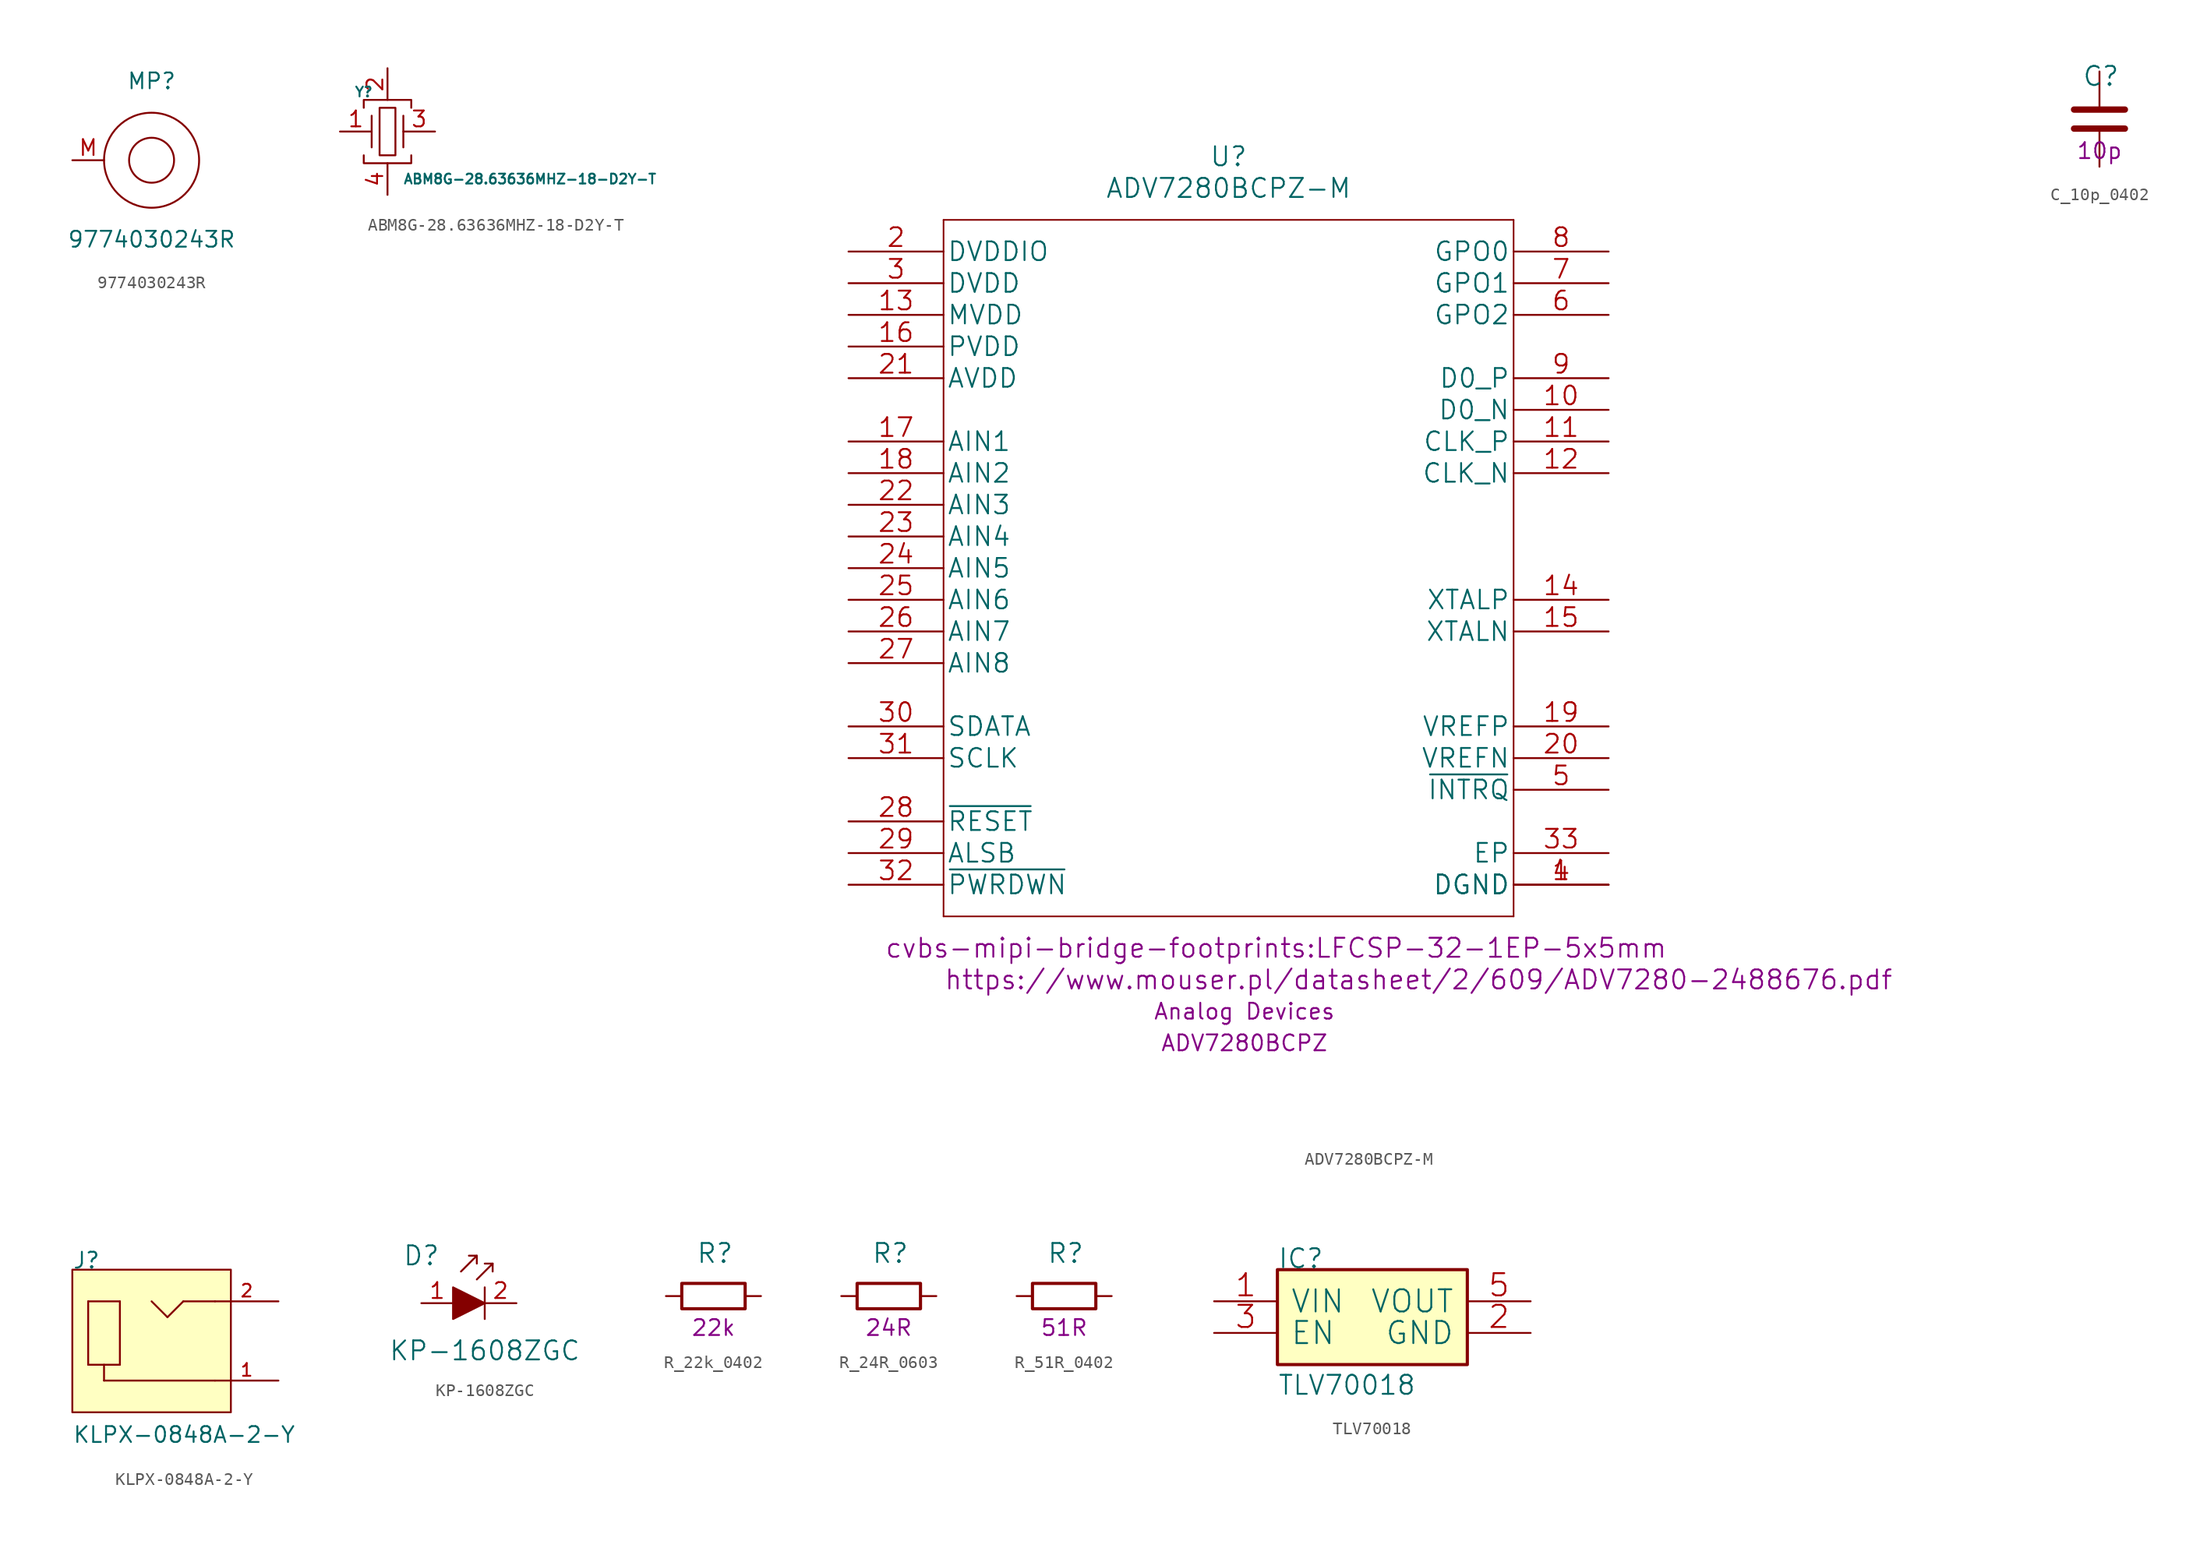
<source format=kicad_sym>
(kicad_symbol_lib
  (version 20211014)
  (generator kicad_symbol_editor)
  (symbol "9774030243R"
    (pin_names
      (offset 1.016))
    (property "Reference" "MP"
      (at 0 6.35 0)
      (effects (font (size 1.27 1.27))))
    (property "Value" "9774030243R"
      (at 0 -6.35 0)
      (effects (font (size 1.27 1.27))))
    (symbol "9774030243R_0_1"
      (circle (center 0 0) (radius 3.81) (stroke (width 0) (type default) (color 0 0 0 0)) (fill (type none)))
      (circle (center 0 0) (radius 1.803) (stroke (width 0) (type default) (color 0 0 0 0)) (fill (type none))))
    (symbol "9774030243R_1_1"
      (pin passive line (at -6.35 0 0) (length 2.54) (name "" (effects (font (size 1.27 1.27)))) (number "M" (effects (font (size 1.27 1.27)))))))
  (symbol "ABM8G-28.63636MHZ-18-D2Y-T"
    (pin_names
      (offset 1.016))
    (property "Reference" "Y"
      (at -1.905 3.175 0)
      (effects (font (size 0.787 0.787))))
    (property "Value" "ABM8G-28.63636MHZ-18-D2Y-T"
      (at 11.43 -3.81 0)
      (effects (font (size 0.787 0.787))))
    (symbol "ABM8G-28.63636MHZ-18-D2Y-T_0_1"
      (rectangle (start -0.635 1.905) (end 0.635 -1.905) (stroke (width 0) (type default) (color 0 0 0 0)) (fill (type none)))
      (polyline (pts (xy -1.27 1.27) (xy -1.27 -1.27)) (stroke (width 0) (type default) (color 0 0 0 0)) (fill (type none)))
      (polyline (pts (xy 1.27 1.27) (xy 1.27 -1.27)) (stroke (width 0) (type default) (color 0 0 0 0)) (fill (type none)))
      (polyline (pts (xy -1.905 -1.905) (xy -1.905 -2.54) (xy 1.905 -2.54) (xy 1.905 -1.905)) (stroke (width 0) (type default) (color 0 0 0 0)) (fill (type none)))
      (polyline (pts (xy -1.905 1.905) (xy -1.905 2.54) (xy 1.905 2.54) (xy 1.905 1.905)) (stroke (width 0) (type default) (color 0 0 0 0)) (fill (type none))))
    (symbol "ABM8G-28.63636MHZ-18-D2Y-T_1_1"
      (pin output line (at -3.81 0 0) (length 2.54) (name "~" (effects (font (size 1.27 1.27)))) (number "1" (effects (font (size 1.27 1.27)))))
      (pin power_in line (at 0 5.08 270) (length 2.54) (name "~" (effects (font (size 1.27 1.27)))) (number "2" (effects (font (size 1.27 1.27)))))
      (pin output line (at 3.81 0 180) (length 2.54) (name "~" (effects (font (size 1.27 1.27)))) (number "3" (effects (font (size 1.27 1.27)))))
      (pin power_in line (at 0 -5.08 90) (length 2.54) (name "~" (effects (font (size 1.27 1.27)))) (number "4" (effects (font (size 1.27 1.27)))))))
  (symbol "ADV7280BCPZ-M"
    (pin_names
      (offset 0.254))
    (property "Reference" "U"
      (at 0 33.02 0)
      (effects (font (size 1.524 1.524))))
    (property "Value" "ADV7280BCPZ-M"
      (at 0 30.48 0)
      (effects (font (size 1.524 1.524))))
    (property "Footprint" "cvbs-mipi-bridge-footprints:LFCSP-32-1EP-5x5mm"
      (at 3.81 -30.48 0)
      (effects (font (size 1.524 1.524))))
    (property "Datasheet" "https://www.mouser.pl/datasheet/2/609/ADV7280-2488676.pdf"
      (at 15.24 -33.02 0)
      (effects (font (size 1.524 1.524))))
    (property "Manufacturer" "Analog Devices"
      (at 1.27 -35.56 0)
      (effects (font (size 1.27 1.27))))
    (property "MPN" "ADV7280BCPZ"
      (at 1.27 -38.1 0)
      (effects (font (size 1.27 1.27))))
    (symbol "ADV7280BCPZ-M_1_1"
      (polyline (pts (xy -22.86 -27.94) (xy 22.86 -27.94)) (stroke (width 0.127) (type default) (color 0 0 0 0)) (fill (type none)))
      (polyline (pts (xy -22.86 27.94) (xy -22.86 -27.94)) (stroke (width 0.127) (type default) (color 0 0 0 0)) (fill (type none)))
      (polyline (pts (xy 22.86 -27.94) (xy 22.86 27.94)) (stroke (width 0.127) (type default) (color 0 0 0 0)) (fill (type none)))
      (polyline (pts (xy 22.86 27.94) (xy -22.86 27.94)) (stroke (width 0.127) (type default) (color 0 0 0 0)) (fill (type none)))
      (pin unspecified line (at 30.48 -25.4 180) (length 7.62) (name "DGND" (effects (font (size 1.499 1.499)))) (number "1" (effects (font (size 1.499 1.499)))))
      (pin unspecified line (at 30.48 12.7 180) (length 7.62) (name "D0_N" (effects (font (size 1.499 1.499)))) (number "10" (effects (font (size 1.499 1.499)))))
      (pin unspecified line (at 30.48 10.16 180) (length 7.62) (name "CLK_P" (effects (font (size 1.499 1.499)))) (number "11" (effects (font (size 1.499 1.499)))))
      (pin unspecified line (at 30.48 7.62 180) (length 7.62) (name "CLK_N" (effects (font (size 1.499 1.499)))) (number "12" (effects (font (size 1.499 1.499)))))
      (pin unspecified line (at -30.48 20.32 0) (length 7.62) (name "MVDD" (effects (font (size 1.499 1.499)))) (number "13" (effects (font (size 1.499 1.499)))))
      (pin unspecified line (at 30.48 -2.54 180) (length 7.62) (name "XTALP" (effects (font (size 1.499 1.499)))) (number "14" (effects (font (size 1.499 1.499)))))
      (pin unspecified line (at 30.48 -5.08 180) (length 7.62) (name "XTALN" (effects (font (size 1.499 1.499)))) (number "15" (effects (font (size 1.499 1.499)))))
      (pin unspecified line (at -30.48 17.78 0) (length 7.62) (name "PVDD" (effects (font (size 1.499 1.499)))) (number "16" (effects (font (size 1.499 1.499)))))
      (pin unspecified line (at -30.48 10.16 0) (length 7.62) (name "AIN1" (effects (font (size 1.499 1.499)))) (number "17" (effects (font (size 1.499 1.499)))))
      (pin unspecified line (at -30.48 7.62 0) (length 7.62) (name "AIN2" (effects (font (size 1.499 1.499)))) (number "18" (effects (font (size 1.499 1.499)))))
      (pin unspecified line (at 30.48 -12.7 180) (length 7.62) (name "VREFP" (effects (font (size 1.499 1.499)))) (number "19" (effects (font (size 1.499 1.499)))))
      (pin unspecified line (at -30.48 25.4 0) (length 7.62) (name "DVDDIO" (effects (font (size 1.499 1.499)))) (number "2" (effects (font (size 1.499 1.499)))))
      (pin unspecified line (at 30.48 -15.24 180) (length 7.62) (name "VREFN" (effects (font (size 1.499 1.499)))) (number "20" (effects (font (size 1.499 1.499)))))
      (pin unspecified line (at -30.48 15.24 0) (length 7.62) (name "AVDD" (effects (font (size 1.499 1.499)))) (number "21" (effects (font (size 1.499 1.499)))))
      (pin unspecified line (at -30.48 5.08 0) (length 7.62) (name "AIN3" (effects (font (size 1.499 1.499)))) (number "22" (effects (font (size 1.499 1.499)))))
      (pin unspecified line (at -30.48 2.54 0) (length 7.62) (name "AIN4" (effects (font (size 1.499 1.499)))) (number "23" (effects (font (size 1.499 1.499)))))
      (pin unspecified line (at -30.48 0 0) (length 7.62) (name "AIN5" (effects (font (size 1.499 1.499)))) (number "24" (effects (font (size 1.499 1.499)))))
      (pin unspecified line (at -30.48 -2.54 0) (length 7.62) (name "AIN6" (effects (font (size 1.499 1.499)))) (number "25" (effects (font (size 1.499 1.499)))))
      (pin unspecified line (at -30.48 -5.08 0) (length 7.62) (name "AIN7" (effects (font (size 1.499 1.499)))) (number "26" (effects (font (size 1.499 1.499)))))
      (pin unspecified line (at -30.48 -7.62 0) (length 7.62) (name "AIN8" (effects (font (size 1.499 1.499)))) (number "27" (effects (font (size 1.499 1.499)))))
      (pin unspecified line (at -30.48 -20.32 0) (length 7.62) (name "~{RESET}" (effects (font (size 1.499 1.499)))) (number "28" (effects (font (size 1.499 1.499)))))
      (pin unspecified line (at -30.48 -22.86 0) (length 7.62) (name "ALSB" (effects (font (size 1.499 1.499)))) (number "29" (effects (font (size 1.499 1.499)))))
      (pin unspecified line (at -30.48 22.86 0) (length 7.62) (name "DVDD" (effects (font (size 1.499 1.499)))) (number "3" (effects (font (size 1.499 1.499)))))
      (pin unspecified line (at -30.48 -12.7 0) (length 7.62) (name "SDATA" (effects (font (size 1.499 1.499)))) (number "30" (effects (font (size 1.499 1.499)))))
      (pin unspecified line (at -30.48 -15.24 0) (length 7.62) (name "SCLK" (effects (font (size 1.499 1.499)))) (number "31" (effects (font (size 1.499 1.499)))))
      (pin unspecified line (at -30.48 -25.4 0) (length 7.62) (name "~{PWRDWN}" (effects (font (size 1.499 1.499)))) (number "32" (effects (font (size 1.499 1.499)))))
      (pin unspecified line (at 30.48 -22.86 180) (length 7.62) (name "EP" (effects (font (size 1.499 1.499)))) (number "33" (effects (font (size 1.499 1.499)))))
      (pin unspecified line (at 30.48 -25.4 180) (length 7.62) (name "DGND" (effects (font (size 1.499 1.499)))) (number "4" (effects (font (size 1.499 1.499)))))
      (pin unspecified line (at 30.48 -17.78 180) (length 7.62) (name "~{INTRQ}" (effects (font (size 1.499 1.499)))) (number "5" (effects (font (size 1.499 1.499)))))
      (pin unspecified line (at 30.48 20.32 180) (length 7.62) (name "GPO2" (effects (font (size 1.499 1.499)))) (number "6" (effects (font (size 1.499 1.499)))))
      (pin unspecified line (at 30.48 22.86 180) (length 7.62) (name "GPO1" (effects (font (size 1.499 1.499)))) (number "7" (effects (font (size 1.499 1.499)))))
      (pin unspecified line (at 30.48 25.4 180) (length 7.62) (name "GPO0" (effects (font (size 1.499 1.499)))) (number "8" (effects (font (size 1.499 1.499)))))
      (pin unspecified line (at 30.48 15.24 180) (length 7.62) (name "D0_P" (effects (font (size 1.499 1.499)))) (number "9" (effects (font (size 1.499 1.499)))))))
  (symbol "C_10p_0402"
    (pin_names
      (offset 0))
    (property "Reference" "C"
      (at -1.397 3.429 0)
      (effects (font (size 1.524 1.524)) (justify left)))
    (property "Val" "10p"
      (at 0 -2.54 0)
      (effects (font (size 1.27 1.27))))
    (symbol "C_10p_0402_1_1"
      (polyline (pts (xy -2.032 -0.762) (xy 2.032 -0.762)) (stroke (width 0.508) (type default) (color 0 0 0 0)) (fill (type none)))
      (polyline (pts (xy -2.032 0.762) (xy 2.032 0.762)) (stroke (width 0.508) (type default) (color 0 0 0 0)) (fill (type none)))
      (pin passive line (at 0 3.81 270) (length 2.794) (name "~" (effects (font (size 0 0)))) (number "1" (effects (font (size 0 0)))))
      (pin passive line (at 0 -3.81 90) (length 2.794) (name "~" (effects (font (size 0 0)))) (number "2" (effects (font (size 0 0)))))))
  (symbol "KLPX-0848A-2-Y"
    (pin_names
      (offset 1.016) hide)
    (property "Reference" "J"
      (at -6.35 6.35 0)
      (effects (font (size 1.27 1.27)) (justify left bottom)))
    (property "Value" "KLPX-0848A-2-Y"
      (at -6.35 -7.62 0)
      (effects (font (size 1.27 1.27)) (justify left bottom)))
    (symbol "KLPX-0848A-2-Y_0_0"
      (polyline (pts (xy -5.08 3.81) (xy -5.08 -1.27)) (stroke (width 0.152) (type default) (color 0 0 0 0)) (fill (type none)))
      (polyline (pts (xy -5.08 3.81) (xy -2.54 3.81)) (stroke (width 0.152) (type default) (color 0 0 0 0)) (fill (type none)))
      (polyline (pts (xy -3.81 -2.54) (xy 5.08 -2.54)) (stroke (width 0.152) (type default) (color 0 0 0 0)) (fill (type none)))
      (polyline (pts (xy -2.54 -1.27) (xy -5.08 -1.27)) (stroke (width 0.152) (type default) (color 0 0 0 0)) (fill (type none)))
      (polyline (pts (xy -2.54 3.81) (xy -2.54 -1.27)) (stroke (width 0.152) (type default) (color 0 0 0 0)) (fill (type none)))
      (polyline (pts (xy 0 3.81) (xy 1.27 2.54)) (stroke (width 0.152) (type default) (color 0 0 0 0)) (fill (type none)))
      (polyline (pts (xy 1.27 2.54) (xy 2.54 3.81)) (stroke (width 0.152) (type default) (color 0 0 0 0)) (fill (type none)))
      (polyline (pts (xy 2.54 3.81) (xy 5.08 3.81)) (stroke (width 0.152) (type default) (color 0 0 0 0)) (fill (type none)))
      (pin passive line (at 10.16 -2.54 180) (length 5.08) (name "~" (effects (font (size 1.016 1.016)))) (number "1" (effects (font (size 1.016 1.016)))))
      (pin passive line (at 10.16 3.81 180) (length 5.08) (name "~" (effects (font (size 1.016 1.016)))) (number "2" (effects (font (size 1.016 1.016))))))
    (symbol "KLPX-0848A-2-Y_0_1"
      (polyline (pts (xy -3.81 -2.54) (xy -3.81 -1.27)) (stroke (width 0) (type default) (color 0 0 0 0)) (fill (type none)))
      (rectangle (start 6.35 6.35) (end -6.35 -5.08) (stroke (width 0) (type default) (color 0 0 0 0)) (fill (type background)))))
  (symbol "KP-1608ZGC"
    (pin_names
      (offset 0))
    (property "Reference" "D"
      (at -5.08 3.81 0)
      (effects (font (size 1.524 1.524))))
    (property "Value" "KP-1608ZGC"
      (at 0 -3.81 0)
      (effects (font (size 1.524 1.524))))
    (symbol "KP-1608ZGC_0_1"
      (polyline (pts (xy -0.635 3.81) (xy -1.905 2.54)) (stroke (width 0) (type default) (color 0 0 0 0)) (fill (type none)))
      (polyline (pts (xy 0 1.27) (xy 0 -1.27)) (stroke (width 0) (type default) (color 0 0 0 0)) (fill (type none)))
      (polyline (pts (xy 0.635 3.175) (xy -0.635 1.905)) (stroke (width 0) (type default) (color 0 0 0 0)) (fill (type none)))
      (polyline (pts (xy -1.27 3.81) (xy -0.635 3.81) (xy -0.635 3.175)) (stroke (width 0) (type default) (color 0 0 0 0)) (fill (type none)))
      (polyline (pts (xy 0 3.175) (xy 0.635 3.175) (xy 0.635 2.54)) (stroke (width 0) (type default) (color 0 0 0 0)) (fill (type none)))
      (polyline (pts (xy -2.54 1.27) (xy -2.54 -1.27) (xy 0 0) (xy -2.54 1.27)) (stroke (width 0) (type default) (color 0 0 0 0)) (fill (type outline))))
    (symbol "KP-1608ZGC_1_1"
      (pin passive line (at -5.08 0 0) (length 2.54) (name "~" (effects (font (size 1.27 1.27)))) (number "1" (effects (font (size 1.27 1.27)))))
      (pin passive line (at 2.54 0 180) (length 2.54) (name "~" (effects (font (size 1.27 1.27)))) (number "2" (effects (font (size 1.27 1.27)))))))
  (symbol "R_22k_0402"
    (pin_names
      (offset 0))
    (property "Reference" "R"
      (at -1.397 3.429 0)
      (effects (font (size 1.524 1.524)) (justify left)))
    (property "Val" "22k"
      (at 0 -2.54 0)
      (effects (font (size 1.27 1.27))))
    (symbol "R_22k_0402_1_1"
      (rectangle (start 2.54 -1.016) (end -2.54 1.016) (stroke (width 0.254) (type default) (color 0 0 0 0)) (fill (type none)))
      (pin passive line (at -3.81 0 0) (length 1.27) (name "~" (effects (font (size 0 0)))) (number "1" (effects (font (size 0 0)))))
      (pin passive line (at 3.81 0 180) (length 1.27) (name "~" (effects (font (size 0 0)))) (number "2" (effects (font (size 0 0)))))))
  (symbol "R_24R_0603"
    (pin_names
      (offset 0))
    (property "Reference" "R"
      (at -1.397 3.429 0)
      (effects (font (size 1.524 1.524)) (justify left)))
    (property "Val" "24R"
      (at 0 -2.54 0)
      (effects (font (size 1.27 1.27))))
    (symbol "R_24R_0603_1_1"
      (rectangle (start 2.54 -1.016) (end -2.54 1.016) (stroke (width 0.254) (type default) (color 0 0 0 0)) (fill (type none)))
      (pin passive line (at -3.81 0 0) (length 1.27) (name "~" (effects (font (size 0 0)))) (number "1" (effects (font (size 0 0)))))
      (pin passive line (at 3.81 0 180) (length 1.27) (name "~" (effects (font (size 0 0)))) (number "2" (effects (font (size 0 0)))))))
  (symbol "R_51R_0402"
    (pin_names
      (offset 0))
    (property "Reference" "R"
      (at -1.397 3.429 0)
      (effects (font (size 1.524 1.524)) (justify left)))
    (property "Val" "51R"
      (at 0 -2.54 0)
      (effects (font (size 1.27 1.27))))
    (symbol "R_51R_0402_1_1"
      (rectangle (start 2.54 -1.016) (end -2.54 1.016) (stroke (width 0.254) (type default) (color 0 0 0 0)) (fill (type none)))
      (pin passive line (at -3.81 0 0) (length 1.27) (name "~" (effects (font (size 0 0)))) (number "1" (effects (font (size 0 0)))))
      (pin passive line (at 3.81 0 180) (length 1.27) (name "~" (effects (font (size 0 0)))) (number "2" (effects (font (size 0 0)))))))
  (symbol "TLV70018"
    (pin_names
      (offset 1.016))
    (property "Reference" "IC"
      (at -7.62 5.08 0)
      (effects (font (size 1.524 1.524)) (justify left bottom)))
    (property "Value" "TLV70018"
      (at -7.62 -5.08 0)
      (effects (font (size 1.524 1.524)) (justify left bottom)))
    (symbol "TLV70018_0_1"
      (rectangle (start -7.62 -2.54) (end 7.62 5.08) (stroke (width 0.254) (type default) (color 0 0 0 0)) (fill (type background)))
      (pin passive line (at -12.7 2.54 0) (length 5.08) (name "VIN" (effects (font (size 1.778 1.778)))) (number "1" (effects (font (size 1.778 1.778)))))
      (pin passive line (at 12.7 0 180) (length 5.08) (name "GND" (effects (font (size 1.778 1.778)))) (number "2" (effects (font (size 1.778 1.778)))))
      (pin passive line (at -12.7 0 0) (length 5.08) (name "EN" (effects (font (size 1.778 1.778)))) (number "3" (effects (font (size 1.778 1.778)))))
      (pin passive line (at 12.7 2.54 180) (length 5.08) (name "VOUT" (effects (font (size 1.778 1.778)))) (number "5" (effects (font (size 1.778 1.778))))))
    (symbol "TLV70018_1_1"
      (pin no_connect line (at 7.62 -2.54 180) (length 2.54) hide (name "4" (effects (font (size 1.27 1.27)))) (number "4" (effects (font (size 1.27 1.27))))))))
</source>
